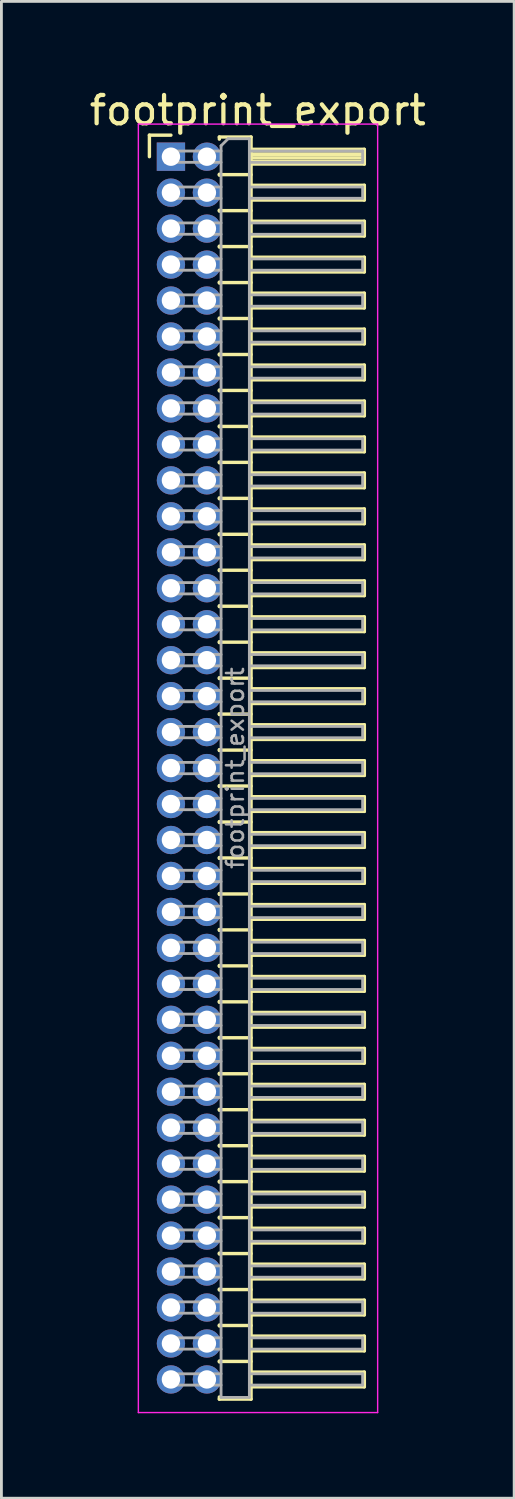
<source format=kicad_pcb>
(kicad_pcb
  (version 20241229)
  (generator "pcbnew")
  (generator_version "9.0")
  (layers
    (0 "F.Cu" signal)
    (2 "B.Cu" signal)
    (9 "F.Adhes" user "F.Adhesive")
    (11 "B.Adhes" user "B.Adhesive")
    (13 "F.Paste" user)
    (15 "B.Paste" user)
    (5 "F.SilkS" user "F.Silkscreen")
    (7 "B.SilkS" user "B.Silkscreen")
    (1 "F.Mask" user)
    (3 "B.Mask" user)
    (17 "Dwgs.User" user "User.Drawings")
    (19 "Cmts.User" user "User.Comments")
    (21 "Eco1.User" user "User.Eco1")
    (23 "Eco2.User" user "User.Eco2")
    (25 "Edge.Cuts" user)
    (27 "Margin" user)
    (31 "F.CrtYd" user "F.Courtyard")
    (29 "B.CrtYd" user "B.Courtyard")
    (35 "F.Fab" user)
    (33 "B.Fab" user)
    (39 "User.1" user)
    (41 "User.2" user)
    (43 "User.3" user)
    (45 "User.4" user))
  (footprint "footprint_export"
    (layer "F.Cu")
    (at 2.986 2.483)
    (property "Reference" "footprint_export" (at 3.067 -1.635 0) (layer "F.SilkS") (effects (font (size 1 1) (thickness 0.15))))
    (attr through_hole)
    (fp_line (start -0.76 -0.76) (end 0 -0.76) (stroke (width 0.12) (type solid)) (layer "F.SilkS"))
    (fp_line (start -0.76 0) (end -0.76 -0.76) (stroke (width 0.12) (type solid)) (layer "F.SilkS"))
    (fp_line (start 1.71 -0.695) (end 2.83 -0.695) (stroke (width 0.12) (type solid)) (layer "F.SilkS"))
    (fp_line (start 1.71 -0.62) (end 1.71 -0.695) (stroke (width 0.12) (type solid)) (layer "F.SilkS"))
    (fp_line (start 1.71 0.62) (end 1.71 0.65) (stroke (width 0.12) (type solid)) (layer "F.SilkS"))
    (fp_line (start 1.71 0.635) (end 2.83 0.635) (stroke (width 0.12) (type solid)) (layer "F.SilkS"))
    (fp_line (start 1.71 1.89) (end 1.71 1.92) (stroke (width 0.12) (type solid)) (layer "F.SilkS"))
    (fp_line (start 1.71 1.905) (end 2.83 1.905) (stroke (width 0.12) (type solid)) (layer "F.SilkS"))
    (fp_line (start 1.71 3.16) (end 1.71 3.19) (stroke (width 0.12) (type solid)) (layer "F.SilkS"))
    (fp_line (start 1.71 3.175) (end 2.83 3.175) (stroke (width 0.12) (type solid)) (layer "F.SilkS"))
    (fp_line (start 1.71 4.43) (end 1.71 4.46) (stroke (width 0.12) (type solid)) (layer "F.SilkS"))
    (fp_line (start 1.71 4.445) (end 2.83 4.445) (stroke (width 0.12) (type solid)) (layer "F.SilkS"))
    (fp_line (start 1.71 5.7) (end 1.71 5.73) (stroke (width 0.12) (type solid)) (layer "F.SilkS"))
    (fp_line (start 1.71 5.715) (end 2.83 5.715) (stroke (width 0.12) (type solid)) (layer "F.SilkS"))
    (fp_line (start 1.71 6.97) (end 1.71 7) (stroke (width 0.12) (type solid)) (layer "F.SilkS"))
    (fp_line (start 1.71 6.985) (end 2.83 6.985) (stroke (width 0.12) (type solid)) (layer "F.SilkS"))
    (fp_line (start 1.71 8.24) (end 1.71 8.27) (stroke (width 0.12) (type solid)) (layer "F.SilkS"))
    (fp_line (start 1.71 8.255) (end 2.83 8.255) (stroke (width 0.12) (type solid)) (layer "F.SilkS"))
    (fp_line (start 1.71 9.51) (end 1.71 9.54) (stroke (width 0.12) (type solid)) (layer "F.SilkS"))
    (fp_line (start 1.71 9.525) (end 2.83 9.525) (stroke (width 0.12) (type solid)) (layer "F.SilkS"))
    (fp_line (start 1.71 10.78) (end 1.71 10.81) (stroke (width 0.12) (type solid)) (layer "F.SilkS"))
    (fp_line (start 1.71 10.795) (end 2.83 10.795) (stroke (width 0.12) (type solid)) (layer "F.SilkS"))
    (fp_line (start 1.71 12.05) (end 1.71 12.08) (stroke (width 0.12) (type solid)) (layer "F.SilkS"))
    (fp_line (start 1.71 12.065) (end 2.83 12.065) (stroke (width 0.12) (type solid)) (layer "F.SilkS"))
    (fp_line (start 1.71 13.32) (end 1.71 13.35) (stroke (width 0.12) (type solid)) (layer "F.SilkS"))
    (fp_line (start 1.71 13.335) (end 2.83 13.335) (stroke (width 0.12) (type solid)) (layer "F.SilkS"))
    (fp_line (start 1.71 14.59) (end 1.71 14.62) (stroke (width 0.12) (type solid)) (layer "F.SilkS"))
    (fp_line (start 1.71 14.605) (end 2.83 14.605) (stroke (width 0.12) (type solid)) (layer "F.SilkS"))
    (fp_line (start 1.71 15.86) (end 1.71 15.89) (stroke (width 0.12) (type solid)) (layer "F.SilkS"))
    (fp_line (start 1.71 15.875) (end 2.83 15.875) (stroke (width 0.12) (type solid)) (layer "F.SilkS"))
    (fp_line (start 1.71 17.13) (end 1.71 17.16) (stroke (width 0.12) (type solid)) (layer "F.SilkS"))
    (fp_line (start 1.71 17.145) (end 2.83 17.145) (stroke (width 0.12) (type solid)) (layer "F.SilkS"))
    (fp_line (start 1.71 18.4) (end 1.71 18.43) (stroke (width 0.12) (type solid)) (layer "F.SilkS"))
    (fp_line (start 1.71 18.415) (end 2.83 18.415) (stroke (width 0.12) (type solid)) (layer "F.SilkS"))
    (fp_line (start 1.71 19.67) (end 1.71 19.7) (stroke (width 0.12) (type solid)) (layer "F.SilkS"))
    (fp_line (start 1.71 19.685) (end 2.83 19.685) (stroke (width 0.12) (type solid)) (layer "F.SilkS"))
    (fp_line (start 1.71 20.94) (end 1.71 20.97) (stroke (width 0.12) (type solid)) (layer "F.SilkS"))
    (fp_line (start 1.71 20.955) (end 2.83 20.955) (stroke (width 0.12) (type solid)) (layer "F.SilkS"))
    (fp_line (start 1.71 22.21) (end 1.71 22.24) (stroke (width 0.12) (type solid)) (layer "F.SilkS"))
    (fp_line (start 1.71 22.225) (end 2.83 22.225) (stroke (width 0.12) (type solid)) (layer "F.SilkS"))
    (fp_line (start 1.71 23.48) (end 1.71 23.51) (stroke (width 0.12) (type solid)) (layer "F.SilkS"))
    (fp_line (start 1.71 23.495) (end 2.83 23.495) (stroke (width 0.12) (type solid)) (layer "F.SilkS"))
    (fp_line (start 1.71 24.75) (end 1.71 24.78) (stroke (width 0.12) (type solid)) (layer "F.SilkS"))
    (fp_line (start 1.71 24.765) (end 2.83 24.765) (stroke (width 0.12) (type solid)) (layer "F.SilkS"))
    (fp_line (start 1.71 26.02) (end 1.71 26.05) (stroke (width 0.12) (type solid)) (layer "F.SilkS"))
    (fp_line (start 1.71 26.035) (end 2.83 26.035) (stroke (width 0.12) (type solid)) (layer "F.SilkS"))
    (fp_line (start 1.71 27.29) (end 1.71 27.32) (stroke (width 0.12) (type solid)) (layer "F.SilkS"))
    (fp_line (start 1.71 27.305) (end 2.83 27.305) (stroke (width 0.12) (type solid)) (layer "F.SilkS"))
    (fp_line (start 1.71 28.56) (end 1.71 28.59) (stroke (width 0.12) (type solid)) (layer "F.SilkS"))
    (fp_line (start 1.71 28.575) (end 2.83 28.575) (stroke (width 0.12) (type solid)) (layer "F.SilkS"))
    (fp_line (start 1.71 29.83) (end 1.71 29.86) (stroke (width 0.12) (type solid)) (layer "F.SilkS"))
    (fp_line (start 1.71 29.845) (end 2.83 29.845) (stroke (width 0.12) (type solid)) (layer "F.SilkS"))
    (fp_line (start 1.71 31.1) (end 1.71 31.13) (stroke (width 0.12) (type solid)) (layer "F.SilkS"))
    (fp_line (start 1.71 31.115) (end 2.83 31.115) (stroke (width 0.12) (type solid)) (layer "F.SilkS"))
    (fp_line (start 1.71 32.37) (end 1.71 32.4) (stroke (width 0.12) (type solid)) (layer "F.SilkS"))
    (fp_line (start 1.71 32.385) (end 2.83 32.385) (stroke (width 0.12) (type solid)) (layer "F.SilkS"))
    (fp_line (start 1.71 33.64) (end 1.71 33.67) (stroke (width 0.12) (type solid)) (layer "F.SilkS"))
    (fp_line (start 1.71 33.655) (end 2.83 33.655) (stroke (width 0.12) (type solid)) (layer "F.SilkS"))
    (fp_line (start 1.71 34.91) (end 1.71 34.94) (stroke (width 0.12) (type solid)) (layer "F.SilkS"))
    (fp_line (start 1.71 34.925) (end 2.83 34.925) (stroke (width 0.12) (type solid)) (layer "F.SilkS"))
    (fp_line (start 1.71 36.18) (end 1.71 36.21) (stroke (width 0.12) (type solid)) (layer "F.SilkS"))
    (fp_line (start 1.71 36.195) (end 2.83 36.195) (stroke (width 0.12) (type solid)) (layer "F.SilkS"))
    (fp_line (start 1.71 37.45) (end 1.71 37.48) (stroke (width 0.12) (type solid)) (layer "F.SilkS"))
    (fp_line (start 1.71 37.465) (end 2.83 37.465) (stroke (width 0.12) (type solid)) (layer "F.SilkS"))
    (fp_line (start 1.71 38.72) (end 1.71 38.75) (stroke (width 0.12) (type solid)) (layer "F.SilkS"))
    (fp_line (start 1.71 38.735) (end 2.83 38.735) (stroke (width 0.12) (type solid)) (layer "F.SilkS"))
    (fp_line (start 1.71 39.99) (end 1.71 40.02) (stroke (width 0.12) (type solid)) (layer "F.SilkS"))
    (fp_line (start 1.71 40.005) (end 2.83 40.005) (stroke (width 0.12) (type solid)) (layer "F.SilkS"))
    (fp_line (start 1.71 41.26) (end 1.71 41.29) (stroke (width 0.12) (type solid)) (layer "F.SilkS"))
    (fp_line (start 1.71 41.275) (end 2.83 41.275) (stroke (width 0.12) (type solid)) (layer "F.SilkS"))
    (fp_line (start 1.71 42.53) (end 1.71 42.56) (stroke (width 0.12) (type solid)) (layer "F.SilkS"))
    (fp_line (start 1.71 42.545) (end 2.83 42.545) (stroke (width 0.12) (type solid)) (layer "F.SilkS"))
    (fp_line (start 1.71 43.875) (end 1.71 43.8) (stroke (width 0.12) (type solid)) (layer "F.SilkS"))
    (fp_line (start 2.83 -0.695) (end 2.83 43.875) (stroke (width 0.12) (type solid)) (layer "F.SilkS"))
    (fp_line (start 2.83 -0.26) (end 6.83 -0.26) (stroke (width 0.12) (type solid)) (layer "F.SilkS"))
    (fp_line (start 2.83 -0.2) (end 6.83 -0.2) (stroke (width 0.12) (type solid)) (layer "F.SilkS"))
    (fp_line (start 2.83 -0.08) (end 6.83 -0.08) (stroke (width 0.12) (type solid)) (layer "F.SilkS"))
    (fp_line (start 2.83 0.04) (end 6.83 0.04) (stroke (width 0.12) (type solid)) (layer "F.SilkS"))
    (fp_line (start 2.83 0.16) (end 6.83 0.16) (stroke (width 0.12) (type solid)) (layer "F.SilkS"))
    (fp_line (start 2.83 1.01) (end 6.83 1.01) (stroke (width 0.12) (type solid)) (layer "F.SilkS"))
    (fp_line (start 2.83 2.28) (end 6.83 2.28) (stroke (width 0.12) (type solid)) (layer "F.SilkS"))
    (fp_line (start 2.83 3.55) (end 6.83 3.55) (stroke (width 0.12) (type solid)) (layer "F.SilkS"))
    (fp_line (start 2.83 4.82) (end 6.83 4.82) (stroke (width 0.12) (type solid)) (layer "F.SilkS"))
    (fp_line (start 2.83 6.09) (end 6.83 6.09) (stroke (width 0.12) (type solid)) (layer "F.SilkS"))
    (fp_line (start 2.83 7.36) (end 6.83 7.36) (stroke (width 0.12) (type solid)) (layer "F.SilkS"))
    (fp_line (start 2.83 8.63) (end 6.83 8.63) (stroke (width 0.12) (type solid)) (layer "F.SilkS"))
    (fp_line (start 2.83 9.9) (end 6.83 9.9) (stroke (width 0.12) (type solid)) (layer "F.SilkS"))
    (fp_line (start 2.83 11.17) (end 6.83 11.17) (stroke (width 0.12) (type solid)) (layer "F.SilkS"))
    (fp_line (start 2.83 12.44) (end 6.83 12.44) (stroke (width 0.12) (type solid)) (layer "F.SilkS"))
    (fp_line (start 2.83 13.71) (end 6.83 13.71) (stroke (width 0.12) (type solid)) (layer "F.SilkS"))
    (fp_line (start 2.83 14.98) (end 6.83 14.98) (stroke (width 0.12) (type solid)) (layer "F.SilkS"))
    (fp_line (start 2.83 16.25) (end 6.83 16.25) (stroke (width 0.12) (type solid)) (layer "F.SilkS"))
    (fp_line (start 2.83 17.52) (end 6.83 17.52) (stroke (width 0.12) (type solid)) (layer "F.SilkS"))
    (fp_line (start 2.83 18.79) (end 6.83 18.79) (stroke (width 0.12) (type solid)) (layer "F.SilkS"))
    (fp_line (start 2.83 20.06) (end 6.83 20.06) (stroke (width 0.12) (type solid)) (layer "F.SilkS"))
    (fp_line (start 2.83 21.33) (end 6.83 21.33) (stroke (width 0.12) (type solid)) (layer "F.SilkS"))
    (fp_line (start 2.83 22.6) (end 6.83 22.6) (stroke (width 0.12) (type solid)) (layer "F.SilkS"))
    (fp_line (start 2.83 23.87) (end 6.83 23.87) (stroke (width 0.12) (type solid)) (layer "F.SilkS"))
    (fp_line (start 2.83 25.14) (end 6.83 25.14) (stroke (width 0.12) (type solid)) (layer "F.SilkS"))
    (fp_line (start 2.83 26.41) (end 6.83 26.41) (stroke (width 0.12) (type solid)) (layer "F.SilkS"))
    (fp_line (start 2.83 27.68) (end 6.83 27.68) (stroke (width 0.12) (type solid)) (layer "F.SilkS"))
    (fp_line (start 2.83 28.95) (end 6.83 28.95) (stroke (width 0.12) (type solid)) (layer "F.SilkS"))
    (fp_line (start 2.83 30.22) (end 6.83 30.22) (stroke (width 0.12) (type solid)) (layer "F.SilkS"))
    (fp_line (start 2.83 31.49) (end 6.83 31.49) (stroke (width 0.12) (type solid)) (layer "F.SilkS"))
    (fp_line (start 2.83 32.76) (end 6.83 32.76) (stroke (width 0.12) (type solid)) (layer "F.SilkS"))
    (fp_line (start 2.83 34.03) (end 6.83 34.03) (stroke (width 0.12) (type solid)) (layer "F.SilkS"))
    (fp_line (start 2.83 35.3) (end 6.83 35.3) (stroke (width 0.12) (type solid)) (layer "F.SilkS"))
    (fp_line (start 2.83 36.57) (end 6.83 36.57) (stroke (width 0.12) (type solid)) (layer "F.SilkS"))
    (fp_line (start 2.83 37.84) (end 6.83 37.84) (stroke (width 0.12) (type solid)) (layer "F.SilkS"))
    (fp_line (start 2.83 39.11) (end 6.83 39.11) (stroke (width 0.12) (type solid)) (layer "F.SilkS"))
    (fp_line (start 2.83 40.38) (end 6.83 40.38) (stroke (width 0.12) (type solid)) (layer "F.SilkS"))
    (fp_line (start 2.83 41.65) (end 6.83 41.65) (stroke (width 0.12) (type solid)) (layer "F.SilkS"))
    (fp_line (start 2.83 42.92) (end 6.83 42.92) (stroke (width 0.12) (type solid)) (layer "F.SilkS"))
    (fp_line (start 2.83 43.875) (end 1.71 43.875) (stroke (width 0.12) (type solid)) (layer "F.SilkS"))
    (fp_line (start 6.83 -0.26) (end 6.83 0.26) (stroke (width 0.12) (type solid)) (layer "F.SilkS"))
    (fp_line (start 6.83 0.26) (end 2.83 0.26) (stroke (width 0.12) (type solid)) (layer "F.SilkS"))
    (fp_line (start 6.83 1.01) (end 6.83 1.53) (stroke (width 0.12) (type solid)) (layer "F.SilkS"))
    (fp_line (start 6.83 1.53) (end 2.83 1.53) (stroke (width 0.12) (type solid)) (layer "F.SilkS"))
    (fp_line (start 6.83 2.28) (end 6.83 2.8) (stroke (width 0.12) (type solid)) (layer "F.SilkS"))
    (fp_line (start 6.83 2.8) (end 2.83 2.8) (stroke (width 0.12) (type solid)) (layer "F.SilkS"))
    (fp_line (start 6.83 3.55) (end 6.83 4.07) (stroke (width 0.12) (type solid)) (layer "F.SilkS"))
    (fp_line (start 6.83 4.07) (end 2.83 4.07) (stroke (width 0.12) (type solid)) (layer "F.SilkS"))
    (fp_line (start 6.83 4.82) (end 6.83 5.34) (stroke (width 0.12) (type solid)) (layer "F.SilkS"))
    (fp_line (start 6.83 5.34) (end 2.83 5.34) (stroke (width 0.12) (type solid)) (layer "F.SilkS"))
    (fp_line (start 6.83 6.09) (end 6.83 6.61) (stroke (width 0.12) (type solid)) (layer "F.SilkS"))
    (fp_line (start 6.83 6.61) (end 2.83 6.61) (stroke (width 0.12) (type solid)) (layer "F.SilkS"))
    (fp_line (start 6.83 7.36) (end 6.83 7.88) (stroke (width 0.12) (type solid)) (layer "F.SilkS"))
    (fp_line (start 6.83 7.88) (end 2.83 7.88) (stroke (width 0.12) (type solid)) (layer "F.SilkS"))
    (fp_line (start 6.83 8.63) (end 6.83 9.15) (stroke (width 0.12) (type solid)) (layer "F.SilkS"))
    (fp_line (start 6.83 9.15) (end 2.83 9.15) (stroke (width 0.12) (type solid)) (layer "F.SilkS"))
    (fp_line (start 6.83 9.9) (end 6.83 10.42) (stroke (width 0.12) (type solid)) (layer "F.SilkS"))
    (fp_line (start 6.83 10.42) (end 2.83 10.42) (stroke (width 0.12) (type solid)) (layer "F.SilkS"))
    (fp_line (start 6.83 11.17) (end 6.83 11.69) (stroke (width 0.12) (type solid)) (layer "F.SilkS"))
    (fp_line (start 6.83 11.69) (end 2.83 11.69) (stroke (width 0.12) (type solid)) (layer "F.SilkS"))
    (fp_line (start 6.83 12.44) (end 6.83 12.96) (stroke (width 0.12) (type solid)) (layer "F.SilkS"))
    (fp_line (start 6.83 12.96) (end 2.83 12.96) (stroke (width 0.12) (type solid)) (layer "F.SilkS"))
    (fp_line (start 6.83 13.71) (end 6.83 14.23) (stroke (width 0.12) (type solid)) (layer "F.SilkS"))
    (fp_line (start 6.83 14.23) (end 2.83 14.23) (stroke (width 0.12) (type solid)) (layer "F.SilkS"))
    (fp_line (start 6.83 14.98) (end 6.83 15.5) (stroke (width 0.12) (type solid)) (layer "F.SilkS"))
    (fp_line (start 6.83 15.5) (end 2.83 15.5) (stroke (width 0.12) (type solid)) (layer "F.SilkS"))
    (fp_line (start 6.83 16.25) (end 6.83 16.77) (stroke (width 0.12) (type solid)) (layer "F.SilkS"))
    (fp_line (start 6.83 16.77) (end 2.83 16.77) (stroke (width 0.12) (type solid)) (layer "F.SilkS"))
    (fp_line (start 6.83 17.52) (end 6.83 18.04) (stroke (width 0.12) (type solid)) (layer "F.SilkS"))
    (fp_line (start 6.83 18.04) (end 2.83 18.04) (stroke (width 0.12) (type solid)) (layer "F.SilkS"))
    (fp_line (start 6.83 18.79) (end 6.83 19.31) (stroke (width 0.12) (type solid)) (layer "F.SilkS"))
    (fp_line (start 6.83 19.31) (end 2.83 19.31) (stroke (width 0.12) (type solid)) (layer "F.SilkS"))
    (fp_line (start 6.83 20.06) (end 6.83 20.58) (stroke (width 0.12) (type solid)) (layer "F.SilkS"))
    (fp_line (start 6.83 20.58) (end 2.83 20.58) (stroke (width 0.12) (type solid)) (layer "F.SilkS"))
    (fp_line (start 6.83 21.33) (end 6.83 21.85) (stroke (width 0.12) (type solid)) (layer "F.SilkS"))
    (fp_line (start 6.83 21.85) (end 2.83 21.85) (stroke (width 0.12) (type solid)) (layer "F.SilkS"))
    (fp_line (start 6.83 22.6) (end 6.83 23.12) (stroke (width 0.12) (type solid)) (layer "F.SilkS"))
    (fp_line (start 6.83 23.12) (end 2.83 23.12) (stroke (width 0.12) (type solid)) (layer "F.SilkS"))
    (fp_line (start 6.83 23.87) (end 6.83 24.39) (stroke (width 0.12) (type solid)) (layer "F.SilkS"))
    (fp_line (start 6.83 24.39) (end 2.83 24.39) (stroke (width 0.12) (type solid)) (layer "F.SilkS"))
    (fp_line (start 6.83 25.14) (end 6.83 25.66) (stroke (width 0.12) (type solid)) (layer "F.SilkS"))
    (fp_line (start 6.83 25.66) (end 2.83 25.66) (stroke (width 0.12) (type solid)) (layer "F.SilkS"))
    (fp_line (start 6.83 26.41) (end 6.83 26.93) (stroke (width 0.12) (type solid)) (layer "F.SilkS"))
    (fp_line (start 6.83 26.93) (end 2.83 26.93) (stroke (width 0.12) (type solid)) (layer "F.SilkS"))
    (fp_line (start 6.83 27.68) (end 6.83 28.2) (stroke (width 0.12) (type solid)) (layer "F.SilkS"))
    (fp_line (start 6.83 28.2) (end 2.83 28.2) (stroke (width 0.12) (type solid)) (layer "F.SilkS"))
    (fp_line (start 6.83 28.95) (end 6.83 29.47) (stroke (width 0.12) (type solid)) (layer "F.SilkS"))
    (fp_line (start 6.83 29.47) (end 2.83 29.47) (stroke (width 0.12) (type solid)) (layer "F.SilkS"))
    (fp_line (start 6.83 30.22) (end 6.83 30.74) (stroke (width 0.12) (type solid)) (layer "F.SilkS"))
    (fp_line (start 6.83 30.74) (end 2.83 30.74) (stroke (width 0.12) (type solid)) (layer "F.SilkS"))
    (fp_line (start 6.83 31.49) (end 6.83 32.01) (stroke (width 0.12) (type solid)) (layer "F.SilkS"))
    (fp_line (start 6.83 32.01) (end 2.83 32.01) (stroke (width 0.12) (type solid)) (layer "F.SilkS"))
    (fp_line (start 6.83 32.76) (end 6.83 33.28) (stroke (width 0.12) (type solid)) (layer "F.SilkS"))
    (fp_line (start 6.83 33.28) (end 2.83 33.28) (stroke (width 0.12) (type solid)) (layer "F.SilkS"))
    (fp_line (start 6.83 34.03) (end 6.83 34.55) (stroke (width 0.12) (type solid)) (layer "F.SilkS"))
    (fp_line (start 6.83 34.55) (end 2.83 34.55) (stroke (width 0.12) (type solid)) (layer "F.SilkS"))
    (fp_line (start 6.83 35.3) (end 6.83 35.82) (stroke (width 0.12) (type solid)) (layer "F.SilkS"))
    (fp_line (start 6.83 35.82) (end 2.83 35.82) (stroke (width 0.12) (type solid)) (layer "F.SilkS"))
    (fp_line (start 6.83 36.57) (end 6.83 37.09) (stroke (width 0.12) (type solid)) (layer "F.SilkS"))
    (fp_line (start 6.83 37.09) (end 2.83 37.09) (stroke (width 0.12) (type solid)) (layer "F.SilkS"))
    (fp_line (start 6.83 37.84) (end 6.83 38.36) (stroke (width 0.12) (type solid)) (layer "F.SilkS"))
    (fp_line (start 6.83 38.36) (end 2.83 38.36) (stroke (width 0.12) (type solid)) (layer "F.SilkS"))
    (fp_line (start 6.83 39.11) (end 6.83 39.63) (stroke (width 0.12) (type solid)) (layer "F.SilkS"))
    (fp_line (start 6.83 39.63) (end 2.83 39.63) (stroke (width 0.12) (type solid)) (layer "F.SilkS"))
    (fp_line (start 6.83 40.38) (end 6.83 40.9) (stroke (width 0.12) (type solid)) (layer "F.SilkS"))
    (fp_line (start 6.83 40.9) (end 2.83 40.9) (stroke (width 0.12) (type solid)) (layer "F.SilkS"))
    (fp_line (start 6.83 41.65) (end 6.83 42.17) (stroke (width 0.12) (type solid)) (layer "F.SilkS"))
    (fp_line (start 6.83 42.17) (end 2.83 42.17) (stroke (width 0.12) (type solid)) (layer "F.SilkS"))
    (fp_line (start 6.83 42.92) (end 6.83 43.44) (stroke (width 0.12) (type solid)) (layer "F.SilkS"))
    (fp_line (start 6.83 43.44) (end 2.83 43.44) (stroke (width 0.12) (type solid)) (layer "F.SilkS"))
    (fp_line (start -1.15 -1.15) (end -1.15 44.35) (stroke (width 0.05) (type solid)) (layer "F.CrtYd"))
    (fp_line (start -1.15 44.35) (end 7.3 44.35) (stroke (width 0.05) (type solid)) (layer "F.CrtYd"))
    (fp_line (start 7.3 -1.15) (end -1.15 -1.15) (stroke (width 0.05) (type solid)) (layer "F.CrtYd"))
    (fp_line (start 7.3 44.35) (end 7.3 -1.15) (stroke (width 0.05) (type solid)) (layer "F.CrtYd"))
    (fp_line (start -0.2 -0.2) (end -0.2 0.2) (stroke (width 0.1) (type solid)) (layer "F.Fab"))
    (fp_line (start -0.2 -0.2) (end 1.77 -0.2) (stroke (width 0.1) (type solid)) (layer "F.Fab"))
    (fp_line (start -0.2 0.2) (end 1.77 0.2) (stroke (width 0.1) (type solid)) (layer "F.Fab"))
    (fp_line (start -0.2 1.07) (end -0.2 1.47) (stroke (width 0.1) (type solid)) (layer "F.Fab"))
    (fp_line (start -0.2 1.07) (end 1.77 1.07) (stroke (width 0.1) (type solid)) (layer "F.Fab"))
    (fp_line (start -0.2 1.47) (end 1.77 1.47) (stroke (width 0.1) (type solid)) (layer "F.Fab"))
    (fp_line (start -0.2 2.34) (end -0.2 2.74) (stroke (width 0.1) (type solid)) (layer "F.Fab"))
    (fp_line (start -0.2 2.34) (end 1.77 2.34) (stroke (width 0.1) (type solid)) (layer "F.Fab"))
    (fp_line (start -0.2 2.74) (end 1.77 2.74) (stroke (width 0.1) (type solid)) (layer "F.Fab"))
    (fp_line (start -0.2 3.61) (end -0.2 4.01) (stroke (width 0.1) (type solid)) (layer "F.Fab"))
    (fp_line (start -0.2 3.61) (end 1.77 3.61) (stroke (width 0.1) (type solid)) (layer "F.Fab"))
    (fp_line (start -0.2 4.01) (end 1.77 4.01) (stroke (width 0.1) (type solid)) (layer "F.Fab"))
    (fp_line (start -0.2 4.88) (end -0.2 5.28) (stroke (width 0.1) (type solid)) (layer "F.Fab"))
    (fp_line (start -0.2 4.88) (end 1.77 4.88) (stroke (width 0.1) (type solid)) (layer "F.Fab"))
    (fp_line (start -0.2 5.28) (end 1.77 5.28) (stroke (width 0.1) (type solid)) (layer "F.Fab"))
    (fp_line (start -0.2 6.15) (end -0.2 6.55) (stroke (width 0.1) (type solid)) (layer "F.Fab"))
    (fp_line (start -0.2 6.15) (end 1.77 6.15) (stroke (width 0.1) (type solid)) (layer "F.Fab"))
    (fp_line (start -0.2 6.55) (end 1.77 6.55) (stroke (width 0.1) (type solid)) (layer "F.Fab"))
    (fp_line (start -0.2 7.42) (end -0.2 7.82) (stroke (width 0.1) (type solid)) (layer "F.Fab"))
    (fp_line (start -0.2 7.42) (end 1.77 7.42) (stroke (width 0.1) (type solid)) (layer "F.Fab"))
    (fp_line (start -0.2 7.82) (end 1.77 7.82) (stroke (width 0.1) (type solid)) (layer "F.Fab"))
    (fp_line (start -0.2 8.69) (end -0.2 9.09) (stroke (width 0.1) (type solid)) (layer "F.Fab"))
    (fp_line (start -0.2 8.69) (end 1.77 8.69) (stroke (width 0.1) (type solid)) (layer "F.Fab"))
    (fp_line (start -0.2 9.09) (end 1.77 9.09) (stroke (width 0.1) (type solid)) (layer "F.Fab"))
    (fp_line (start -0.2 9.96) (end -0.2 10.36) (stroke (width 0.1) (type solid)) (layer "F.Fab"))
    (fp_line (start -0.2 9.96) (end 1.77 9.96) (stroke (width 0.1) (type solid)) (layer "F.Fab"))
    (fp_line (start -0.2 10.36) (end 1.77 10.36) (stroke (width 0.1) (type solid)) (layer "F.Fab"))
    (fp_line (start -0.2 11.23) (end -0.2 11.63) (stroke (width 0.1) (type solid)) (layer "F.Fab"))
    (fp_line (start -0.2 11.23) (end 1.77 11.23) (stroke (width 0.1) (type solid)) (layer "F.Fab"))
    (fp_line (start -0.2 11.63) (end 1.77 11.63) (stroke (width 0.1) (type solid)) (layer "F.Fab"))
    (fp_line (start -0.2 12.5) (end -0.2 12.9) (stroke (width 0.1) (type solid)) (layer "F.Fab"))
    (fp_line (start -0.2 12.5) (end 1.77 12.5) (stroke (width 0.1) (type solid)) (layer "F.Fab"))
    (fp_line (start -0.2 12.9) (end 1.77 12.9) (stroke (width 0.1) (type solid)) (layer "F.Fab"))
    (fp_line (start -0.2 13.77) (end -0.2 14.17) (stroke (width 0.1) (type solid)) (layer "F.Fab"))
    (fp_line (start -0.2 13.77) (end 1.77 13.77) (stroke (width 0.1) (type solid)) (layer "F.Fab"))
    (fp_line (start -0.2 14.17) (end 1.77 14.17) (stroke (width 0.1) (type solid)) (layer "F.Fab"))
    (fp_line (start -0.2 15.04) (end -0.2 15.44) (stroke (width 0.1) (type solid)) (layer "F.Fab"))
    (fp_line (start -0.2 15.04) (end 1.77 15.04) (stroke (width 0.1) (type solid)) (layer "F.Fab"))
    (fp_line (start -0.2 15.44) (end 1.77 15.44) (stroke (width 0.1) (type solid)) (layer "F.Fab"))
    (fp_line (start -0.2 16.31) (end -0.2 16.71) (stroke (width 0.1) (type solid)) (layer "F.Fab"))
    (fp_line (start -0.2 16.31) (end 1.77 16.31) (stroke (width 0.1) (type solid)) (layer "F.Fab"))
    (fp_line (start -0.2 16.71) (end 1.77 16.71) (stroke (width 0.1) (type solid)) (layer "F.Fab"))
    (fp_line (start -0.2 17.58) (end -0.2 17.98) (stroke (width 0.1) (type solid)) (layer "F.Fab"))
    (fp_line (start -0.2 17.58) (end 1.77 17.58) (stroke (width 0.1) (type solid)) (layer "F.Fab"))
    (fp_line (start -0.2 17.98) (end 1.77 17.98) (stroke (width 0.1) (type solid)) (layer "F.Fab"))
    (fp_line (start -0.2 18.85) (end -0.2 19.25) (stroke (width 0.1) (type solid)) (layer "F.Fab"))
    (fp_line (start -0.2 18.85) (end 1.77 18.85) (stroke (width 0.1) (type solid)) (layer "F.Fab"))
    (fp_line (start -0.2 19.25) (end 1.77 19.25) (stroke (width 0.1) (type solid)) (layer "F.Fab"))
    (fp_line (start -0.2 20.12) (end -0.2 20.52) (stroke (width 0.1) (type solid)) (layer "F.Fab"))
    (fp_line (start -0.2 20.12) (end 1.77 20.12) (stroke (width 0.1) (type solid)) (layer "F.Fab"))
    (fp_line (start -0.2 20.52) (end 1.77 20.52) (stroke (width 0.1) (type solid)) (layer "F.Fab"))
    (fp_line (start -0.2 21.39) (end -0.2 21.79) (stroke (width 0.1) (type solid)) (layer "F.Fab"))
    (fp_line (start -0.2 21.39) (end 1.77 21.39) (stroke (width 0.1) (type solid)) (layer "F.Fab"))
    (fp_line (start -0.2 21.79) (end 1.77 21.79) (stroke (width 0.1) (type solid)) (layer "F.Fab"))
    (fp_line (start -0.2 22.66) (end -0.2 23.06) (stroke (width 0.1) (type solid)) (layer "F.Fab"))
    (fp_line (start -0.2 22.66) (end 1.77 22.66) (stroke (width 0.1) (type solid)) (layer "F.Fab"))
    (fp_line (start -0.2 23.06) (end 1.77 23.06) (stroke (width 0.1) (type solid)) (layer "F.Fab"))
    (fp_line (start -0.2 23.93) (end -0.2 24.33) (stroke (width 0.1) (type solid)) (layer "F.Fab"))
    (fp_line (start -0.2 23.93) (end 1.77 23.93) (stroke (width 0.1) (type solid)) (layer "F.Fab"))
    (fp_line (start -0.2 24.33) (end 1.77 24.33) (stroke (width 0.1) (type solid)) (layer "F.Fab"))
    (fp_line (start -0.2 25.2) (end -0.2 25.6) (stroke (width 0.1) (type solid)) (layer "F.Fab"))
    (fp_line (start -0.2 25.2) (end 1.77 25.2) (stroke (width 0.1) (type solid)) (layer "F.Fab"))
    (fp_line (start -0.2 25.6) (end 1.77 25.6) (stroke (width 0.1) (type solid)) (layer "F.Fab"))
    (fp_line (start -0.2 26.47) (end -0.2 26.87) (stroke (width 0.1) (type solid)) (layer "F.Fab"))
    (fp_line (start -0.2 26.47) (end 1.77 26.47) (stroke (width 0.1) (type solid)) (layer "F.Fab"))
    (fp_line (start -0.2 26.87) (end 1.77 26.87) (stroke (width 0.1) (type solid)) (layer "F.Fab"))
    (fp_line (start -0.2 27.74) (end -0.2 28.14) (stroke (width 0.1) (type solid)) (layer "F.Fab"))
    (fp_line (start -0.2 27.74) (end 1.77 27.74) (stroke (width 0.1) (type solid)) (layer "F.Fab"))
    (fp_line (start -0.2 28.14) (end 1.77 28.14) (stroke (width 0.1) (type solid)) (layer "F.Fab"))
    (fp_line (start -0.2 29.01) (end -0.2 29.41) (stroke (width 0.1) (type solid)) (layer "F.Fab"))
    (fp_line (start -0.2 29.01) (end 1.77 29.01) (stroke (width 0.1) (type solid)) (layer "F.Fab"))
    (fp_line (start -0.2 29.41) (end 1.77 29.41) (stroke (width 0.1) (type solid)) (layer "F.Fab"))
    (fp_line (start -0.2 30.28) (end -0.2 30.68) (stroke (width 0.1) (type solid)) (layer "F.Fab"))
    (fp_line (start -0.2 30.28) (end 1.77 30.28) (stroke (width 0.1) (type solid)) (layer "F.Fab"))
    (fp_line (start -0.2 30.68) (end 1.77 30.68) (stroke (width 0.1) (type solid)) (layer "F.Fab"))
    (fp_line (start -0.2 31.55) (end -0.2 31.95) (stroke (width 0.1) (type solid)) (layer "F.Fab"))
    (fp_line (start -0.2 31.55) (end 1.77 31.55) (stroke (width 0.1) (type solid)) (layer "F.Fab"))
    (fp_line (start -0.2 31.95) (end 1.77 31.95) (stroke (width 0.1) (type solid)) (layer "F.Fab"))
    (fp_line (start -0.2 32.82) (end -0.2 33.22) (stroke (width 0.1) (type solid)) (layer "F.Fab"))
    (fp_line (start -0.2 32.82) (end 1.77 32.82) (stroke (width 0.1) (type solid)) (layer "F.Fab"))
    (fp_line (start -0.2 33.22) (end 1.77 33.22) (stroke (width 0.1) (type solid)) (layer "F.Fab"))
    (fp_line (start -0.2 34.09) (end -0.2 34.49) (stroke (width 0.1) (type solid)) (layer "F.Fab"))
    (fp_line (start -0.2 34.09) (end 1.77 34.09) (stroke (width 0.1) (type solid)) (layer "F.Fab"))
    (fp_line (start -0.2 34.49) (end 1.77 34.49) (stroke (width 0.1) (type solid)) (layer "F.Fab"))
    (fp_line (start -0.2 35.36) (end -0.2 35.76) (stroke (width 0.1) (type solid)) (layer "F.Fab"))
    (fp_line (start -0.2 35.36) (end 1.77 35.36) (stroke (width 0.1) (type solid)) (layer "F.Fab"))
    (fp_line (start -0.2 35.76) (end 1.77 35.76) (stroke (width 0.1) (type solid)) (layer "F.Fab"))
    (fp_line (start -0.2 36.63) (end -0.2 37.03) (stroke (width 0.1) (type solid)) (layer "F.Fab"))
    (fp_line (start -0.2 36.63) (end 1.77 36.63) (stroke (width 0.1) (type solid)) (layer "F.Fab"))
    (fp_line (start -0.2 37.03) (end 1.77 37.03) (stroke (width 0.1) (type solid)) (layer "F.Fab"))
    (fp_line (start -0.2 37.9) (end -0.2 38.3) (stroke (width 0.1) (type solid)) (layer "F.Fab"))
    (fp_line (start -0.2 37.9) (end 1.77 37.9) (stroke (width 0.1) (type solid)) (layer "F.Fab"))
    (fp_line (start -0.2 38.3) (end 1.77 38.3) (stroke (width 0.1) (type solid)) (layer "F.Fab"))
    (fp_line (start -0.2 39.17) (end -0.2 39.57) (stroke (width 0.1) (type solid)) (layer "F.Fab"))
    (fp_line (start -0.2 39.17) (end 1.77 39.17) (stroke (width 0.1) (type solid)) (layer "F.Fab"))
    (fp_line (start -0.2 39.57) (end 1.77 39.57) (stroke (width 0.1) (type solid)) (layer "F.Fab"))
    (fp_line (start -0.2 40.44) (end -0.2 40.84) (stroke (width 0.1) (type solid)) (layer "F.Fab"))
    (fp_line (start -0.2 40.44) (end 1.77 40.44) (stroke (width 0.1) (type solid)) (layer "F.Fab"))
    (fp_line (start -0.2 40.84) (end 1.77 40.84) (stroke (width 0.1) (type solid)) (layer "F.Fab"))
    (fp_line (start -0.2 41.71) (end -0.2 42.11) (stroke (width 0.1) (type solid)) (layer "F.Fab"))
    (fp_line (start -0.2 41.71) (end 1.77 41.71) (stroke (width 0.1) (type solid)) (layer "F.Fab"))
    (fp_line (start -0.2 42.11) (end 1.77 42.11) (stroke (width 0.1) (type solid)) (layer "F.Fab"))
    (fp_line (start -0.2 42.98) (end -0.2 43.38) (stroke (width 0.1) (type solid)) (layer "F.Fab"))
    (fp_line (start -0.2 42.98) (end 1.77 42.98) (stroke (width 0.1) (type solid)) (layer "F.Fab"))
    (fp_line (start -0.2 43.38) (end 1.77 43.38) (stroke (width 0.1) (type solid)) (layer "F.Fab"))
    (fp_line (start 1.77 -0.385) (end 2.02 -0.635) (stroke (width 0.1) (type solid)) (layer "F.Fab"))
    (fp_line (start 1.77 43.815) (end 1.77 -0.385) (stroke (width 0.1) (type solid)) (layer "F.Fab"))
    (fp_line (start 2.02 -0.635) (end 2.77 -0.635) (stroke (width 0.1) (type solid)) (layer "F.Fab"))
    (fp_line (start 2.77 -0.635) (end 2.77 43.815) (stroke (width 0.1) (type solid)) (layer "F.Fab"))
    (fp_line (start 2.77 -0.2) (end 6.77 -0.2) (stroke (width 0.1) (type solid)) (layer "F.Fab"))
    (fp_line (start 2.77 0.2) (end 6.77 0.2) (stroke (width 0.1) (type solid)) (layer "F.Fab"))
    (fp_line (start 2.77 1.07) (end 6.77 1.07) (stroke (width 0.1) (type solid)) (layer "F.Fab"))
    (fp_line (start 2.77 1.47) (end 6.77 1.47) (stroke (width 0.1) (type solid)) (layer "F.Fab"))
    (fp_line (start 2.77 2.34) (end 6.77 2.34) (stroke (width 0.1) (type solid)) (layer "F.Fab"))
    (fp_line (start 2.77 2.74) (end 6.77 2.74) (stroke (width 0.1) (type solid)) (layer "F.Fab"))
    (fp_line (start 2.77 3.61) (end 6.77 3.61) (stroke (width 0.1) (type solid)) (layer "F.Fab"))
    (fp_line (start 2.77 4.01) (end 6.77 4.01) (stroke (width 0.1) (type solid)) (layer "F.Fab"))
    (fp_line (start 2.77 4.88) (end 6.77 4.88) (stroke (width 0.1) (type solid)) (layer "F.Fab"))
    (fp_line (start 2.77 5.28) (end 6.77 5.28) (stroke (width 0.1) (type solid)) (layer "F.Fab"))
    (fp_line (start 2.77 6.15) (end 6.77 6.15) (stroke (width 0.1) (type solid)) (layer "F.Fab"))
    (fp_line (start 2.77 6.55) (end 6.77 6.55) (stroke (width 0.1) (type solid)) (layer "F.Fab"))
    (fp_line (start 2.77 7.42) (end 6.77 7.42) (stroke (width 0.1) (type solid)) (layer "F.Fab"))
    (fp_line (start 2.77 7.82) (end 6.77 7.82) (stroke (width 0.1) (type solid)) (layer "F.Fab"))
    (fp_line (start 2.77 8.69) (end 6.77 8.69) (stroke (width 0.1) (type solid)) (layer "F.Fab"))
    (fp_line (start 2.77 9.09) (end 6.77 9.09) (stroke (width 0.1) (type solid)) (layer "F.Fab"))
    (fp_line (start 2.77 9.96) (end 6.77 9.96) (stroke (width 0.1) (type solid)) (layer "F.Fab"))
    (fp_line (start 2.77 10.36) (end 6.77 10.36) (stroke (width 0.1) (type solid)) (layer "F.Fab"))
    (fp_line (start 2.77 11.23) (end 6.77 11.23) (stroke (width 0.1) (type solid)) (layer "F.Fab"))
    (fp_line (start 2.77 11.63) (end 6.77 11.63) (stroke (width 0.1) (type solid)) (layer "F.Fab"))
    (fp_line (start 2.77 12.5) (end 6.77 12.5) (stroke (width 0.1) (type solid)) (layer "F.Fab"))
    (fp_line (start 2.77 12.9) (end 6.77 12.9) (stroke (width 0.1) (type solid)) (layer "F.Fab"))
    (fp_line (start 2.77 13.77) (end 6.77 13.77) (stroke (width 0.1) (type solid)) (layer "F.Fab"))
    (fp_line (start 2.77 14.17) (end 6.77 14.17) (stroke (width 0.1) (type solid)) (layer "F.Fab"))
    (fp_line (start 2.77 15.04) (end 6.77 15.04) (stroke (width 0.1) (type solid)) (layer "F.Fab"))
    (fp_line (start 2.77 15.44) (end 6.77 15.44) (stroke (width 0.1) (type solid)) (layer "F.Fab"))
    (fp_line (start 2.77 16.31) (end 6.77 16.31) (stroke (width 0.1) (type solid)) (layer "F.Fab"))
    (fp_line (start 2.77 16.71) (end 6.77 16.71) (stroke (width 0.1) (type solid)) (layer "F.Fab"))
    (fp_line (start 2.77 17.58) (end 6.77 17.58) (stroke (width 0.1) (type solid)) (layer "F.Fab"))
    (fp_line (start 2.77 17.98) (end 6.77 17.98) (stroke (width 0.1) (type solid)) (layer "F.Fab"))
    (fp_line (start 2.77 18.85) (end 6.77 18.85) (stroke (width 0.1) (type solid)) (layer "F.Fab"))
    (fp_line (start 2.77 19.25) (end 6.77 19.25) (stroke (width 0.1) (type solid)) (layer "F.Fab"))
    (fp_line (start 2.77 20.12) (end 6.77 20.12) (stroke (width 0.1) (type solid)) (layer "F.Fab"))
    (fp_line (start 2.77 20.52) (end 6.77 20.52) (stroke (width 0.1) (type solid)) (layer "F.Fab"))
    (fp_line (start 2.77 21.39) (end 6.77 21.39) (stroke (width 0.1) (type solid)) (layer "F.Fab"))
    (fp_line (start 2.77 21.79) (end 6.77 21.79) (stroke (width 0.1) (type solid)) (layer "F.Fab"))
    (fp_line (start 2.77 22.66) (end 6.77 22.66) (stroke (width 0.1) (type solid)) (layer "F.Fab"))
    (fp_line (start 2.77 23.06) (end 6.77 23.06) (stroke (width 0.1) (type solid)) (layer "F.Fab"))
    (fp_line (start 2.77 23.93) (end 6.77 23.93) (stroke (width 0.1) (type solid)) (layer "F.Fab"))
    (fp_line (start 2.77 24.33) (end 6.77 24.33) (stroke (width 0.1) (type solid)) (layer "F.Fab"))
    (fp_line (start 2.77 25.2) (end 6.77 25.2) (stroke (width 0.1) (type solid)) (layer "F.Fab"))
    (fp_line (start 2.77 25.6) (end 6.77 25.6) (stroke (width 0.1) (type solid)) (layer "F.Fab"))
    (fp_line (start 2.77 26.47) (end 6.77 26.47) (stroke (width 0.1) (type solid)) (layer "F.Fab"))
    (fp_line (start 2.77 26.87) (end 6.77 26.87) (stroke (width 0.1) (type solid)) (layer "F.Fab"))
    (fp_line (start 2.77 27.74) (end 6.77 27.74) (stroke (width 0.1) (type solid)) (layer "F.Fab"))
    (fp_line (start 2.77 28.14) (end 6.77 28.14) (stroke (width 0.1) (type solid)) (layer "F.Fab"))
    (fp_line (start 2.77 29.01) (end 6.77 29.01) (stroke (width 0.1) (type solid)) (layer "F.Fab"))
    (fp_line (start 2.77 29.41) (end 6.77 29.41) (stroke (width 0.1) (type solid)) (layer "F.Fab"))
    (fp_line (start 2.77 30.28) (end 6.77 30.28) (stroke (width 0.1) (type solid)) (layer "F.Fab"))
    (fp_line (start 2.77 30.68) (end 6.77 30.68) (stroke (width 0.1) (type solid)) (layer "F.Fab"))
    (fp_line (start 2.77 31.55) (end 6.77 31.55) (stroke (width 0.1) (type solid)) (layer "F.Fab"))
    (fp_line (start 2.77 31.95) (end 6.77 31.95) (stroke (width 0.1) (type solid)) (layer "F.Fab"))
    (fp_line (start 2.77 32.82) (end 6.77 32.82) (stroke (width 0.1) (type solid)) (layer "F.Fab"))
    (fp_line (start 2.77 33.22) (end 6.77 33.22) (stroke (width 0.1) (type solid)) (layer "F.Fab"))
    (fp_line (start 2.77 34.09) (end 6.77 34.09) (stroke (width 0.1) (type solid)) (layer "F.Fab"))
    (fp_line (start 2.77 34.49) (end 6.77 34.49) (stroke (width 0.1) (type solid)) (layer "F.Fab"))
    (fp_line (start 2.77 35.36) (end 6.77 35.36) (stroke (width 0.1) (type solid)) (layer "F.Fab"))
    (fp_line (start 2.77 35.76) (end 6.77 35.76) (stroke (width 0.1) (type solid)) (layer "F.Fab"))
    (fp_line (start 2.77 36.63) (end 6.77 36.63) (stroke (width 0.1) (type solid)) (layer "F.Fab"))
    (fp_line (start 2.77 37.03) (end 6.77 37.03) (stroke (width 0.1) (type solid)) (layer "F.Fab"))
    (fp_line (start 2.77 37.9) (end 6.77 37.9) (stroke (width 0.1) (type solid)) (layer "F.Fab"))
    (fp_line (start 2.77 38.3) (end 6.77 38.3) (stroke (width 0.1) (type solid)) (layer "F.Fab"))
    (fp_line (start 2.77 39.17) (end 6.77 39.17) (stroke (width 0.1) (type solid)) (layer "F.Fab"))
    (fp_line (start 2.77 39.57) (end 6.77 39.57) (stroke (width 0.1) (type solid)) (layer "F.Fab"))
    (fp_line (start 2.77 40.44) (end 6.77 40.44) (stroke (width 0.1) (type solid)) (layer "F.Fab"))
    (fp_line (start 2.77 40.84) (end 6.77 40.84) (stroke (width 0.1) (type solid)) (layer "F.Fab"))
    (fp_line (start 2.77 41.71) (end 6.77 41.71) (stroke (width 0.1) (type solid)) (layer "F.Fab"))
    (fp_line (start 2.77 42.11) (end 6.77 42.11) (stroke (width 0.1) (type solid)) (layer "F.Fab"))
    (fp_line (start 2.77 42.98) (end 6.77 42.98) (stroke (width 0.1) (type solid)) (layer "F.Fab"))
    (fp_line (start 2.77 43.38) (end 6.77 43.38) (stroke (width 0.1) (type solid)) (layer "F.Fab"))
    (fp_line (start 2.77 43.815) (end 1.77 43.815) (stroke (width 0.1) (type solid)) (layer "F.Fab"))
    (fp_line (start 6.77 -0.2) (end 6.77 0.2) (stroke (width 0.1) (type solid)) (layer "F.Fab"))
    (fp_line (start 6.77 1.07) (end 6.77 1.47) (stroke (width 0.1) (type solid)) (layer "F.Fab"))
    (fp_line (start 6.77 2.34) (end 6.77 2.74) (stroke (width 0.1) (type solid)) (layer "F.Fab"))
    (fp_line (start 6.77 3.61) (end 6.77 4.01) (stroke (width 0.1) (type solid)) (layer "F.Fab"))
    (fp_line (start 6.77 4.88) (end 6.77 5.28) (stroke (width 0.1) (type solid)) (layer "F.Fab"))
    (fp_line (start 6.77 6.15) (end 6.77 6.55) (stroke (width 0.1) (type solid)) (layer "F.Fab"))
    (fp_line (start 6.77 7.42) (end 6.77 7.82) (stroke (width 0.1) (type solid)) (layer "F.Fab"))
    (fp_line (start 6.77 8.69) (end 6.77 9.09) (stroke (width 0.1) (type solid)) (layer "F.Fab"))
    (fp_line (start 6.77 9.96) (end 6.77 10.36) (stroke (width 0.1) (type solid)) (layer "F.Fab"))
    (fp_line (start 6.77 11.23) (end 6.77 11.63) (stroke (width 0.1) (type solid)) (layer "F.Fab"))
    (fp_line (start 6.77 12.5) (end 6.77 12.9) (stroke (width 0.1) (type solid)) (layer "F.Fab"))
    (fp_line (start 6.77 13.77) (end 6.77 14.17) (stroke (width 0.1) (type solid)) (layer "F.Fab"))
    (fp_line (start 6.77 15.04) (end 6.77 15.44) (stroke (width 0.1) (type solid)) (layer "F.Fab"))
    (fp_line (start 6.77 16.31) (end 6.77 16.71) (stroke (width 0.1) (type solid)) (layer "F.Fab"))
    (fp_line (start 6.77 17.58) (end 6.77 17.98) (stroke (width 0.1) (type solid)) (layer "F.Fab"))
    (fp_line (start 6.77 18.85) (end 6.77 19.25) (stroke (width 0.1) (type solid)) (layer "F.Fab"))
    (fp_line (start 6.77 20.12) (end 6.77 20.52) (stroke (width 0.1) (type solid)) (layer "F.Fab"))
    (fp_line (start 6.77 21.39) (end 6.77 21.79) (stroke (width 0.1) (type solid)) (layer "F.Fab"))
    (fp_line (start 6.77 22.66) (end 6.77 23.06) (stroke (width 0.1) (type solid)) (layer "F.Fab"))
    (fp_line (start 6.77 23.93) (end 6.77 24.33) (stroke (width 0.1) (type solid)) (layer "F.Fab"))
    (fp_line (start 6.77 25.2) (end 6.77 25.6) (stroke (width 0.1) (type solid)) (layer "F.Fab"))
    (fp_line (start 6.77 26.47) (end 6.77 26.87) (stroke (width 0.1) (type solid)) (layer "F.Fab"))
    (fp_line (start 6.77 27.74) (end 6.77 28.14) (stroke (width 0.1) (type solid)) (layer "F.Fab"))
    (fp_line (start 6.77 29.01) (end 6.77 29.41) (stroke (width 0.1) (type solid)) (layer "F.Fab"))
    (fp_line (start 6.77 30.28) (end 6.77 30.68) (stroke (width 0.1) (type solid)) (layer "F.Fab"))
    (fp_line (start 6.77 31.55) (end 6.77 31.95) (stroke (width 0.1) (type solid)) (layer "F.Fab"))
    (fp_line (start 6.77 32.82) (end 6.77 33.22) (stroke (width 0.1) (type solid)) (layer "F.Fab"))
    (fp_line (start 6.77 34.09) (end 6.77 34.49) (stroke (width 0.1) (type solid)) (layer "F.Fab"))
    (fp_line (start 6.77 35.36) (end 6.77 35.76) (stroke (width 0.1) (type solid)) (layer "F.Fab"))
    (fp_line (start 6.77 36.63) (end 6.77 37.03) (stroke (width 0.1) (type solid)) (layer "F.Fab"))
    (fp_line (start 6.77 37.9) (end 6.77 38.3) (stroke (width 0.1) (type solid)) (layer "F.Fab"))
    (fp_line (start 6.77 39.17) (end 6.77 39.57) (stroke (width 0.1) (type solid)) (layer "F.Fab"))
    (fp_line (start 6.77 40.44) (end 6.77 40.84) (stroke (width 0.1) (type solid)) (layer "F.Fab"))
    (fp_line (start 6.77 41.71) (end 6.77 42.11) (stroke (width 0.1) (type solid)) (layer "F.Fab"))
    (fp_line (start 6.77 42.98) (end 6.77 43.38) (stroke (width 0.1) (type solid)) (layer "F.Fab"))
    (fp_text user "${REFERENCE}" (at 2.27 21.59 90) (layer "F.Fab") (effects (font (size 0.6 0.6) (thickness 0.09))))
    (pad "1" thru_hole rect (at 0 0) (size 1 1) (drill 0.65) (layers "*.Cu" "*.Mask"))
    (pad "2" thru_hole oval (at 1.27 0) (size 1 1) (drill 0.65) (layers "*.Cu" "*.Mask"))
    (pad "3" thru_hole oval (at 0 1.27) (size 1 1) (drill 0.65) (layers "*.Cu" "*.Mask"))
    (pad "4" thru_hole oval (at 1.27 1.27) (size 1 1) (drill 0.65) (layers "*.Cu" "*.Mask"))
    (pad "5" thru_hole oval (at 0 2.54) (size 1 1) (drill 0.65) (layers "*.Cu" "*.Mask"))
    (pad "6" thru_hole oval (at 1.27 2.54) (size 1 1) (drill 0.65) (layers "*.Cu" "*.Mask"))
    (pad "7" thru_hole oval (at 0 3.81) (size 1 1) (drill 0.65) (layers "*.Cu" "*.Mask"))
    (pad "8" thru_hole oval (at 1.27 3.81) (size 1 1) (drill 0.65) (layers "*.Cu" "*.Mask"))
    (pad "9" thru_hole oval (at 0 5.08) (size 1 1) (drill 0.65) (layers "*.Cu" "*.Mask"))
    (pad "10" thru_hole oval (at 1.27 5.08) (size 1 1) (drill 0.65) (layers "*.Cu" "*.Mask"))
    (pad "11" thru_hole oval (at 0 6.35) (size 1 1) (drill 0.65) (layers "*.Cu" "*.Mask"))
    (pad "12" thru_hole oval (at 1.27 6.35) (size 1 1) (drill 0.65) (layers "*.Cu" "*.Mask"))
    (pad "13" thru_hole oval (at 0 7.62) (size 1 1) (drill 0.65) (layers "*.Cu" "*.Mask"))
    (pad "14" thru_hole oval (at 1.27 7.62) (size 1 1) (drill 0.65) (layers "*.Cu" "*.Mask"))
    (pad "15" thru_hole oval (at 0 8.89) (size 1 1) (drill 0.65) (layers "*.Cu" "*.Mask"))
    (pad "16" thru_hole oval (at 1.27 8.89) (size 1 1) (drill 0.65) (layers "*.Cu" "*.Mask"))
    (pad "17" thru_hole oval (at 0 10.16) (size 1 1) (drill 0.65) (layers "*.Cu" "*.Mask"))
    (pad "18" thru_hole oval (at 1.27 10.16) (size 1 1) (drill 0.65) (layers "*.Cu" "*.Mask"))
    (pad "19" thru_hole oval (at 0 11.43) (size 1 1) (drill 0.65) (layers "*.Cu" "*.Mask"))
    (pad "20" thru_hole oval (at 1.27 11.43) (size 1 1) (drill 0.65) (layers "*.Cu" "*.Mask"))
    (pad "21" thru_hole oval (at 0 12.7) (size 1 1) (drill 0.65) (layers "*.Cu" "*.Mask"))
    (pad "22" thru_hole oval (at 1.27 12.7) (size 1 1) (drill 0.65) (layers "*.Cu" "*.Mask"))
    (pad "23" thru_hole oval (at 0 13.97) (size 1 1) (drill 0.65) (layers "*.Cu" "*.Mask"))
    (pad "24" thru_hole oval (at 1.27 13.97) (size 1 1) (drill 0.65) (layers "*.Cu" "*.Mask"))
    (pad "25" thru_hole oval (at 0 15.24) (size 1 1) (drill 0.65) (layers "*.Cu" "*.Mask"))
    (pad "26" thru_hole oval (at 1.27 15.24) (size 1 1) (drill 0.65) (layers "*.Cu" "*.Mask"))
    (pad "27" thru_hole oval (at 0 16.51) (size 1 1) (drill 0.65) (layers "*.Cu" "*.Mask"))
    (pad "28" thru_hole oval (at 1.27 16.51) (size 1 1) (drill 0.65) (layers "*.Cu" "*.Mask"))
    (pad "29" thru_hole oval (at 0 17.78) (size 1 1) (drill 0.65) (layers "*.Cu" "*.Mask"))
    (pad "30" thru_hole oval (at 1.27 17.78) (size 1 1) (drill 0.65) (layers "*.Cu" "*.Mask"))
    (pad "31" thru_hole oval (at 0 19.05) (size 1 1) (drill 0.65) (layers "*.Cu" "*.Mask"))
    (pad "32" thru_hole oval (at 1.27 19.05) (size 1 1) (drill 0.65) (layers "*.Cu" "*.Mask"))
    (pad "33" thru_hole oval (at 0 20.32) (size 1 1) (drill 0.65) (layers "*.Cu" "*.Mask"))
    (pad "34" thru_hole oval (at 1.27 20.32) (size 1 1) (drill 0.65) (layers "*.Cu" "*.Mask"))
    (pad "35" thru_hole oval (at 0 21.59) (size 1 1) (drill 0.65) (layers "*.Cu" "*.Mask"))
    (pad "36" thru_hole oval (at 1.27 21.59) (size 1 1) (drill 0.65) (layers "*.Cu" "*.Mask"))
    (pad "37" thru_hole oval (at 0 22.86) (size 1 1) (drill 0.65) (layers "*.Cu" "*.Mask"))
    (pad "38" thru_hole oval (at 1.27 22.86) (size 1 1) (drill 0.65) (layers "*.Cu" "*.Mask"))
    (pad "39" thru_hole oval (at 0 24.13) (size 1 1) (drill 0.65) (layers "*.Cu" "*.Mask"))
    (pad "40" thru_hole oval (at 1.27 24.13) (size 1 1) (drill 0.65) (layers "*.Cu" "*.Mask"))
    (pad "41" thru_hole oval (at 0 25.4) (size 1 1) (drill 0.65) (layers "*.Cu" "*.Mask"))
    (pad "42" thru_hole oval (at 1.27 25.4) (size 1 1) (drill 0.65) (layers "*.Cu" "*.Mask"))
    (pad "43" thru_hole oval (at 0 26.67) (size 1 1) (drill 0.65) (layers "*.Cu" "*.Mask"))
    (pad "44" thru_hole oval (at 1.27 26.67) (size 1 1) (drill 0.65) (layers "*.Cu" "*.Mask"))
    (pad "45" thru_hole oval (at 0 27.94) (size 1 1) (drill 0.65) (layers "*.Cu" "*.Mask"))
    (pad "46" thru_hole oval (at 1.27 27.94) (size 1 1) (drill 0.65) (layers "*.Cu" "*.Mask"))
    (pad "47" thru_hole oval (at 0 29.21) (size 1 1) (drill 0.65) (layers "*.Cu" "*.Mask"))
    (pad "48" thru_hole oval (at 1.27 29.21) (size 1 1) (drill 0.65) (layers "*.Cu" "*.Mask"))
    (pad "49" thru_hole oval (at 0 30.48) (size 1 1) (drill 0.65) (layers "*.Cu" "*.Mask"))
    (pad "50" thru_hole oval (at 1.27 30.48) (size 1 1) (drill 0.65) (layers "*.Cu" "*.Mask"))
    (pad "51" thru_hole oval (at 0 31.75) (size 1 1) (drill 0.65) (layers "*.Cu" "*.Mask"))
    (pad "52" thru_hole oval (at 1.27 31.75) (size 1 1) (drill 0.65) (layers "*.Cu" "*.Mask"))
    (pad "53" thru_hole oval (at 0 33.02) (size 1 1) (drill 0.65) (layers "*.Cu" "*.Mask"))
    (pad "54" thru_hole oval (at 1.27 33.02) (size 1 1) (drill 0.65) (layers "*.Cu" "*.Mask"))
    (pad "55" thru_hole oval (at 0 34.29) (size 1 1) (drill 0.65) (layers "*.Cu" "*.Mask"))
    (pad "56" thru_hole oval (at 1.27 34.29) (size 1 1) (drill 0.65) (layers "*.Cu" "*.Mask"))
    (pad "57" thru_hole oval (at 0 35.56) (size 1 1) (drill 0.65) (layers "*.Cu" "*.Mask"))
    (pad "58" thru_hole oval (at 1.27 35.56) (size 1 1) (drill 0.65) (layers "*.Cu" "*.Mask"))
    (pad "59" thru_hole oval (at 0 36.83) (size 1 1) (drill 0.65) (layers "*.Cu" "*.Mask"))
    (pad "60" thru_hole oval (at 1.27 36.83) (size 1 1) (drill 0.65) (layers "*.Cu" "*.Mask"))
    (pad "61" thru_hole oval (at 0 38.1) (size 1 1) (drill 0.65) (layers "*.Cu" "*.Mask"))
    (pad "62" thru_hole oval (at 1.27 38.1) (size 1 1) (drill 0.65) (layers "*.Cu" "*.Mask"))
    (pad "63" thru_hole oval (at 0 39.37) (size 1 1) (drill 0.65) (layers "*.Cu" "*.Mask"))
    (pad "64" thru_hole oval (at 1.27 39.37) (size 1 1) (drill 0.65) (layers "*.Cu" "*.Mask"))
    (pad "65" thru_hole oval (at 0 40.64) (size 1 1) (drill 0.65) (layers "*.Cu" "*.Mask"))
    (pad "66" thru_hole oval (at 1.27 40.64) (size 1 1) (drill 0.65) (layers "*.Cu" "*.Mask"))
    (pad "67" thru_hole oval (at 0 41.91) (size 1 1) (drill 0.65) (layers "*.Cu" "*.Mask"))
    (pad "68" thru_hole oval (at 1.27 41.91) (size 1 1) (drill 0.65) (layers "*.Cu" "*.Mask"))
    (pad "69" thru_hole oval (at 0 43.18) (size 1 1) (drill 0.65) (layers "*.Cu" "*.Mask"))
    (pad "70" thru_hole oval (at 1.27 43.18) (size 1 1) (drill 0.65) (layers "*.Cu" "*.Mask")))
  (gr_rect
    (start -3 -3)
    (end 15.107 49.858)
    (stroke (width 0.1) (type default))
    (fill no)
    (layer "Edge.Cuts")))
</source>
